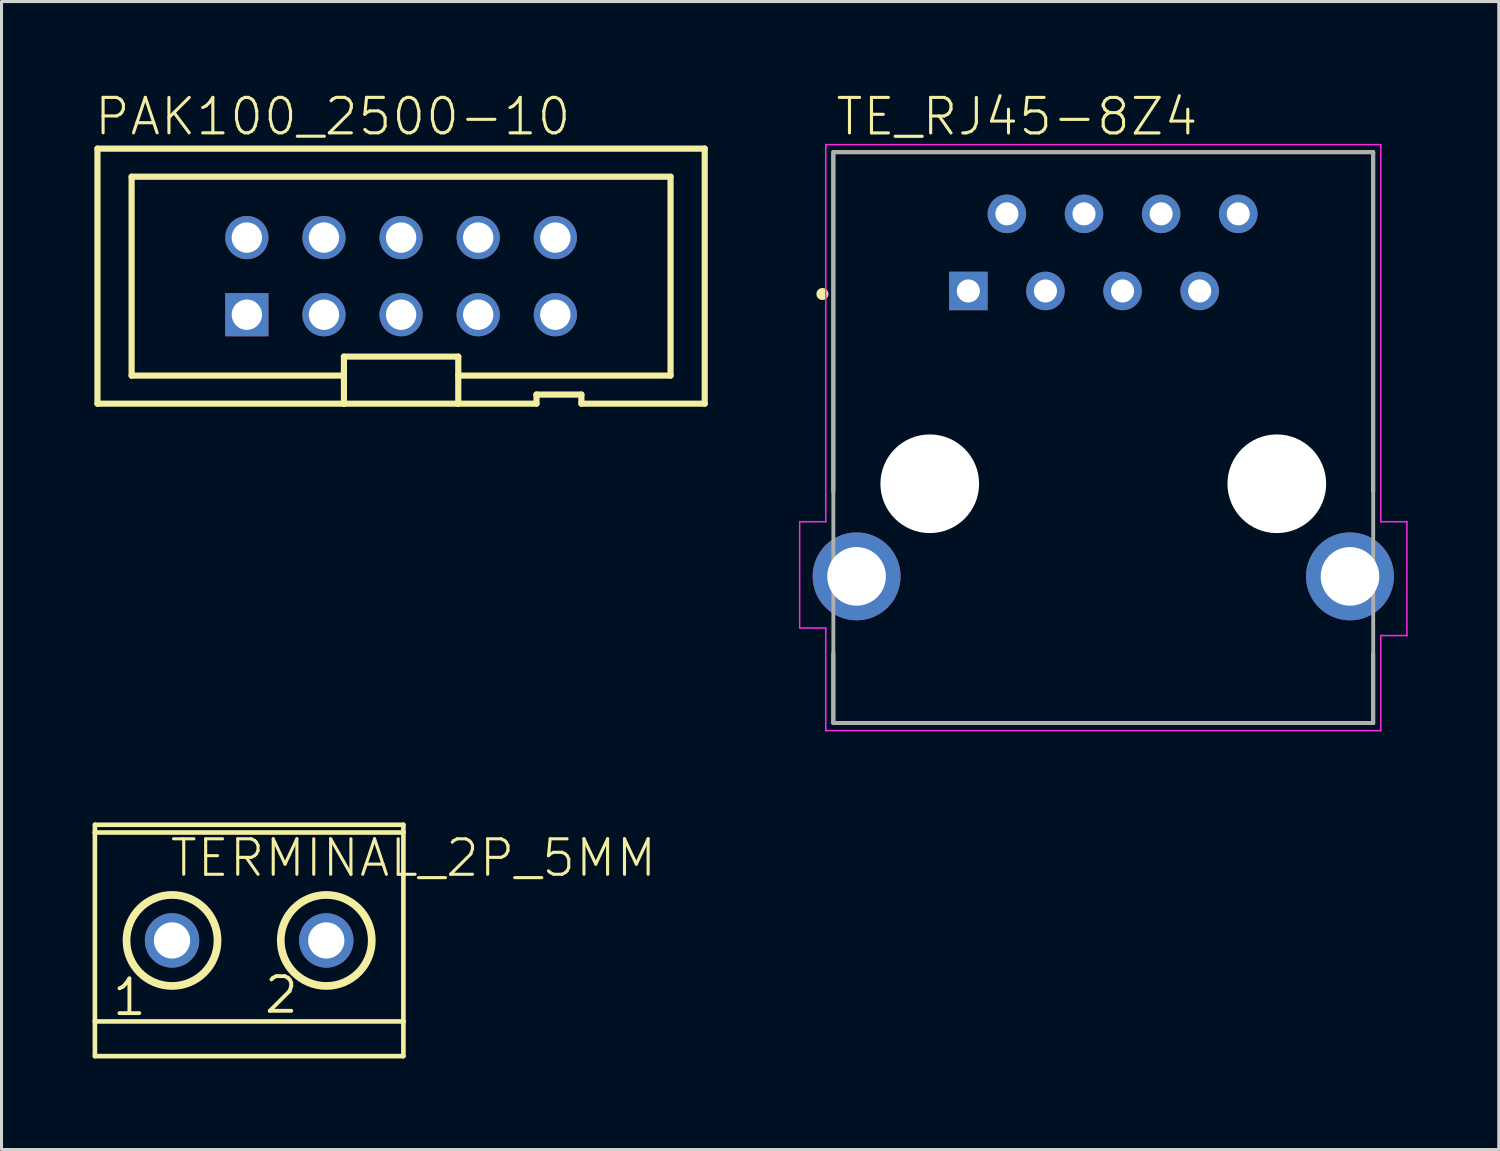
<source format=kicad_pcb>
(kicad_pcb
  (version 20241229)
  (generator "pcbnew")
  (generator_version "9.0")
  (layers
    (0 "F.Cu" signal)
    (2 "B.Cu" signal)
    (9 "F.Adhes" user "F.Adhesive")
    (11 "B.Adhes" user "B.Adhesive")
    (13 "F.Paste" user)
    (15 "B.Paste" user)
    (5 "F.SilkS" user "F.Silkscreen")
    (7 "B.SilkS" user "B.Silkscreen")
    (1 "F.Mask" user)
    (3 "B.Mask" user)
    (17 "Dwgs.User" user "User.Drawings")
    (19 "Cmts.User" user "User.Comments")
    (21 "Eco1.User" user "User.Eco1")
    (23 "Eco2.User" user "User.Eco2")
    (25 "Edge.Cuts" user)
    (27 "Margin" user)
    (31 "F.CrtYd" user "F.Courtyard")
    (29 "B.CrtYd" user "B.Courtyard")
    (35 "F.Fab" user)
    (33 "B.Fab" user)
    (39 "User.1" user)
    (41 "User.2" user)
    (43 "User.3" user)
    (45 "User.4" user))
  (footprint "PAK100_2500-10"
    (layer "F.Cu")
    (at 10.16 6.045)
    (property "Reference" "PAK100_2500-10" (at -10.16 -4.572 0) (layer "F.SilkS") (effects (font (size 1.168 1.168) (thickness 0.102)) (justify left bottom)))
    (fp_line (start -10 -4.2) (end 10 -4.2) (stroke (width 0.203) (type solid)) (layer "F.SilkS"))
    (fp_line (start -10 4.2) (end -10 -4.2) (stroke (width 0.203) (type solid)) (layer "F.SilkS"))
    (fp_line (start -8.875 -3.275) (end 8.875 -3.275) (stroke (width 0.203) (type solid)) (layer "F.SilkS"))
    (fp_line (start -8.875 3.275) (end -8.875 -3.275) (stroke (width 0.203) (type solid)) (layer "F.SilkS"))
    (fp_line (start -1.883 2.65) (end -1.883 4.2) (stroke (width 0.203) (type solid)) (layer "F.SilkS"))
    (fp_line (start -1.883 3.275) (end -8.875 3.275) (stroke (width 0.203) (type solid)) (layer "F.SilkS"))
    (fp_line (start -1.883 4.2) (end -10 4.2) (stroke (width 0.203) (type solid)) (layer "F.SilkS"))
    (fp_line (start 1.883 2.65) (end -1.883 2.65) (stroke (width 0.203) (type solid)) (layer "F.SilkS"))
    (fp_line (start 1.883 4.2) (end -1.883 4.2) (stroke (width 0.203) (type solid)) (layer "F.SilkS"))
    (fp_line (start 1.883 4.2) (end 1.883 2.65) (stroke (width 0.203) (type solid)) (layer "F.SilkS"))
    (fp_line (start 4.459 3.9) (end 4.459 4.2) (stroke (width 0.203) (type solid)) (layer "F.SilkS"))
    (fp_line (start 4.459 4.2) (end 1.883 4.2) (stroke (width 0.203) (type solid)) (layer "F.SilkS"))
    (fp_line (start 5.938 3.9) (end 4.459 3.9) (stroke (width 0.203) (type solid)) (layer "F.SilkS"))
    (fp_line (start 5.938 4.2) (end 5.938 3.9) (stroke (width 0.203) (type solid)) (layer "F.SilkS"))
    (fp_line (start 8.875 -3.275) (end 8.875 3.275) (stroke (width 0.203) (type solid)) (layer "F.SilkS"))
    (fp_line (start 8.875 3.275) (end 1.883 3.275) (stroke (width 0.203) (type solid)) (layer "F.SilkS"))
    (fp_line (start 10 -4.2) (end 10 4.2) (stroke (width 0.203) (type solid)) (layer "F.SilkS"))
    (fp_line (start 10 4.2) (end 5.938 4.2) (stroke (width 0.203) (type solid)) (layer "F.SilkS"))
    (pad "1" thru_hole rect (at -5.08 1.27) (size 1.422 1.422) (drill 1) (layers "*.Cu" "*.Mask"))
    (pad "2" thru_hole circle (at -5.08 -1.27) (size 1.422 1.422) (drill 1) (layers "*.Cu" "*.Mask"))
    (pad "3" thru_hole circle (at -2.54 1.27) (size 1.422 1.422) (drill 1) (layers "*.Cu" "*.Mask"))
    (pad "4" thru_hole circle (at -2.54 -1.27) (size 1.422 1.422) (drill 1) (layers "*.Cu" "*.Mask"))
    (pad "5" thru_hole circle (at 0 1.27) (size 1.422 1.422) (drill 1) (layers "*.Cu" "*.Mask"))
    (pad "6" thru_hole circle (at 0 -1.27) (size 1.422 1.422) (drill 1) (layers "*.Cu" "*.Mask"))
    (pad "7" thru_hole circle (at 2.54 1.27) (size 1.422 1.422) (drill 1) (layers "*.Cu" "*.Mask"))
    (pad "8" thru_hole circle (at 2.54 -1.27) (size 1.422 1.422) (drill 1) (layers "*.Cu" "*.Mask"))
    (pad "9" thru_hole circle (at 5.08 1.27) (size 1.422 1.422) (drill 1) (layers "*.Cu" "*.Mask"))
    (pad "10" thru_hole circle (at 5.08 -1.27) (size 1.422 1.422) (drill 1) (layers "*.Cu" "*.Mask")))
  (footprint "TE_RJ45-8Z4"
    (layer "F.Cu")
    (at 33.287 12.883)
    (property "Reference" "TE_RJ45-8Z4" (at -8.872 -11.407 0) (layer "F.SilkS") (effects (font (size 1.17 1.17) (thickness 0.102)) (justify left bottom)))
    (fp_line (start -8.89 -10.92) (end 8.89 -10.92) (stroke (width 0.127) (type solid)) (layer "F.SilkS"))
    (fp_line (start -8.89 0.26) (end -8.89 -10.92) (stroke (width 0.127) (type solid)) (layer "F.SilkS"))
    (fp_line (start -8.89 7.88) (end -8.89 5.59) (stroke (width 0.127) (type solid)) (layer "F.SilkS"))
    (fp_line (start 8.89 0.26) (end 8.89 -10.92) (stroke (width 0.127) (type solid)) (layer "F.SilkS"))
    (fp_line (start 8.89 7.88) (end -8.89 7.88) (stroke (width 0.127) (type solid)) (layer "F.SilkS"))
    (fp_line (start 8.89 7.88) (end 8.89 5.59) (stroke (width 0.127) (type solid)) (layer "F.SilkS"))
    (fp_circle (center -9.25 -6.25) (end -9.15 -6.25) (stroke (width 0.2) (type solid)) (fill no) (layer "F.SilkS"))
    (fp_line (start -10 1.25) (end -9.14 1.25) (stroke (width 0.05) (type solid)) (layer "F.CrtYd"))
    (fp_line (start -10 4.75) (end -10 1.25) (stroke (width 0.05) (type solid)) (layer "F.CrtYd"))
    (fp_line (start -9.14 -11.17) (end 9.14 -11.17) (stroke (width 0.05) (type solid)) (layer "F.CrtYd"))
    (fp_line (start -9.14 1.25) (end -9.14 -11.17) (stroke (width 0.05) (type solid)) (layer "F.CrtYd"))
    (fp_line (start -9.14 4.75) (end -10 4.75) (stroke (width 0.05) (type solid)) (layer "F.CrtYd"))
    (fp_line (start -9.14 8.13) (end -9.14 4.75) (stroke (width 0.05) (type solid)) (layer "F.CrtYd"))
    (fp_line (start 9.14 -11.17) (end 9.14 1.25) (stroke (width 0.05) (type solid)) (layer "F.CrtYd"))
    (fp_line (start 9.14 1.25) (end 10 1.25) (stroke (width 0.05) (type solid)) (layer "F.CrtYd"))
    (fp_line (start 9.14 5) (end 9.14 8.13) (stroke (width 0.05) (type solid)) (layer "F.CrtYd"))
    (fp_line (start 9.14 8.13) (end -9.14 8.13) (stroke (width 0.05) (type solid)) (layer "F.CrtYd"))
    (fp_line (start 10 1.25) (end 10 5) (stroke (width 0.05) (type solid)) (layer "F.CrtYd"))
    (fp_line (start 10 5) (end 9.14 5) (stroke (width 0.05) (type solid)) (layer "F.CrtYd"))
    (fp_line (start -8.89 -10.92) (end 8.89 -10.92) (stroke (width 0.127) (type solid)) (layer "F.Fab"))
    (fp_line (start -8.89 7.88) (end -8.89 -10.92) (stroke (width 0.127) (type solid)) (layer "F.Fab"))
    (fp_line (start 8.89 -10.92) (end 8.89 7.88) (stroke (width 0.127) (type solid)) (layer "F.Fab"))
    (fp_line (start 8.89 7.88) (end -8.89 7.88) (stroke (width 0.127) (type solid)) (layer "F.Fab"))
    (pad "" np_thru_hole circle (at -5.715 0) (size 3.25 3.25) (drill 3.25) (layers "*.Cu" "*.Mask"))
    (pad "" np_thru_hole circle (at 5.715 0) (size 3.25 3.25) (drill 3.25) (layers "*.Cu" "*.Mask"))
    (pad "1" thru_hole rect (at -4.445 -6.35) (size 1.268 1.268) (drill 0.76) (layers "*.Cu" "*.Mask"))
    (pad "2" thru_hole circle (at -3.175 -8.89) (size 1.268 1.268) (drill 0.76) (layers "*.Cu" "*.Mask"))
    (pad "3" thru_hole circle (at -1.905 -6.35) (size 1.268 1.268) (drill 0.76) (layers "*.Cu" "*.Mask"))
    (pad "4" thru_hole circle (at -0.635 -8.89) (size 1.268 1.268) (drill 0.76) (layers "*.Cu" "*.Mask"))
    (pad "5" thru_hole circle (at 0.635 -6.35) (size 1.268 1.268) (drill 0.76) (layers "*.Cu" "*.Mask"))
    (pad "6" thru_hole circle (at 1.905 -8.89) (size 1.268 1.268) (drill 0.76) (layers "*.Cu" "*.Mask"))
    (pad "7" thru_hole circle (at 3.175 -6.35) (size 1.268 1.268) (drill 0.76) (layers "*.Cu" "*.Mask"))
    (pad "8" thru_hole circle (at 4.445 -8.89) (size 1.268 1.268) (drill 0.76) (layers "*.Cu" "*.Mask"))
    (pad "9" thru_hole circle (at -8.125 3.05 90) (size 2.895 2.895) (drill 1.93) (layers "*.Cu" "*.Mask"))
    (pad "10" thru_hole circle (at 8.125 3.05 90) (size 2.895 2.895) (drill 1.93) (layers "*.Cu" "*.Mask")))
  (footprint "TERMINAL_2P_5MM"
    (layer "F.Cu")
    (at 5.156 27.924)
    (property "Reference" "TERMINAL_2P_5MM" (at -2.667 -2.032 0) (layer "F.SilkS") (effects (font (size 1.168 1.168) (thickness 0.102)) (justify left bottom)))
    (fp_line (start -5.08 -3.81) (end 5.08 -3.81) (stroke (width 0.152) (type solid)) (layer "F.SilkS"))
    (fp_line (start -5.08 -3.556) (end -5.08 -3.81) (stroke (width 0.152) (type solid)) (layer "F.SilkS"))
    (fp_line (start -5.08 -3.556) (end -5.08 2.667) (stroke (width 0.152) (type solid)) (layer "F.SilkS"))
    (fp_line (start -5.08 -3.556) (end 5.08 -3.556) (stroke (width 0.152) (type solid)) (layer "F.SilkS"))
    (fp_line (start -5.08 2.667) (end -5.08 3.81) (stroke (width 0.152) (type solid)) (layer "F.SilkS"))
    (fp_line (start -5.08 2.667) (end 5.08 2.667) (stroke (width 0.152) (type solid)) (layer "F.SilkS"))
    (fp_line (start 5.08 -3.556) (end 5.08 -3.81) (stroke (width 0.152) (type solid)) (layer "F.SilkS"))
    (fp_line (start 5.08 2.667) (end 5.08 -3.556) (stroke (width 0.152) (type solid)) (layer "F.SilkS"))
    (fp_line (start 5.08 3.81) (end -5.08 3.81) (stroke (width 0.152) (type solid)) (layer "F.SilkS"))
    (fp_line (start 5.08 3.81) (end 5.08 2.667) (stroke (width 0.152) (type solid)) (layer "F.SilkS"))
    (fp_circle (center -2.54 0) (end -1.041 0) (stroke (width 0.254) (type solid)) (fill no) (layer "F.SilkS"))
    (fp_circle (center 2.54 0) (end 4.039 0) (stroke (width 0.254) (type solid)) (fill no) (layer "F.SilkS"))
    (fp_text user "2" (at 0.432 2.464 0) (layer "F.SilkS") (effects (font (size 1.143 1.143) (thickness 0.127)) (justify left bottom)))
    (fp_text user "1" (at -4.572 2.54 0) (layer "F.SilkS") (effects (font (size 1.143 1.143) (thickness 0.127)) (justify left bottom)))
    (pad "1" thru_hole circle (at -2.54 0 90) (size 1.791 1.791) (drill 1.194) (layers "*.Cu" "*.Mask"))
    (pad "2" thru_hole circle (at 2.54 0 90) (size 1.791 1.791) (drill 1.194) (layers "*.Cu" "*.Mask")))
  (gr_rect
    (start -3 -3)
    (end 46.312 34.81)
    (stroke (width 0.1) (type default))
    (fill no)
    (layer "Edge.Cuts")))
</source>
